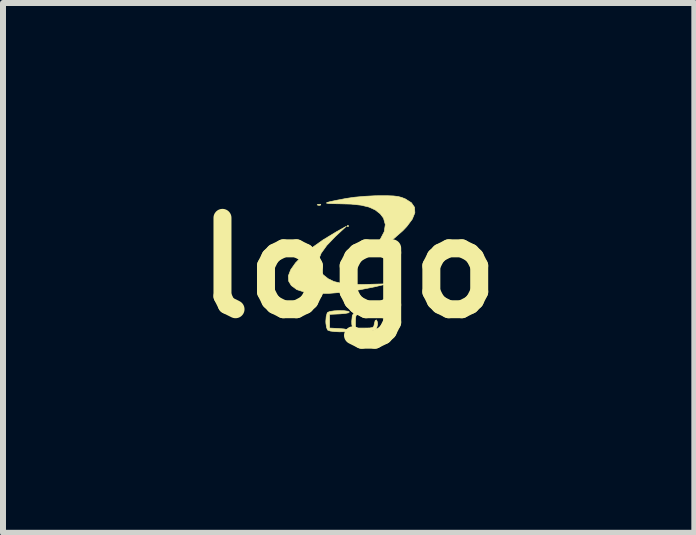
<source format=kicad_pcb>
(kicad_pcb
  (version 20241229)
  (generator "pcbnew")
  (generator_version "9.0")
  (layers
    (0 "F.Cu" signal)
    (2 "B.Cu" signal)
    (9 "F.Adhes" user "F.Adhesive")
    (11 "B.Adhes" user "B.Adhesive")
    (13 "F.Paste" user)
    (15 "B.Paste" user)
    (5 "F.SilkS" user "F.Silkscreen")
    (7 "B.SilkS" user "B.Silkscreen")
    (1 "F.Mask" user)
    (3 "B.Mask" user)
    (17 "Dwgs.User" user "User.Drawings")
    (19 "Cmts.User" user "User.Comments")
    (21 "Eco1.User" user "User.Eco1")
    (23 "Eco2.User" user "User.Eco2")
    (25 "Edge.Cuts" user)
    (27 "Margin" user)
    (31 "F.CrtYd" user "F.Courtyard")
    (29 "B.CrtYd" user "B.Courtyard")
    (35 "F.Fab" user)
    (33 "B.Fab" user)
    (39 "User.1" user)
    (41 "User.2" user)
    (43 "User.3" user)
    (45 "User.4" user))
  (footprint "logo"
    (layer "F.Cu")
    (at 2.765 1.418)
    (property "Reference" "logo" (at 0 0 0) (layer "F.SilkS") (effects (font (size 1.524 1.524) (thickness 0.3))))
    (attr through_hole)
    (fp_poly (pts (xy 0 -0.699) (xy -0.013 -0.686) (xy -0.025 -0.699) (xy -0.013 -0.711) (xy 0 -0.699)) (stroke (width 0.01) (type solid)) (fill yes) (layer "F.SilkS"))
    (fp_poly (pts (xy -0.464 -1.057) (xy -0.472 -1.045) (xy -0.497 -1.043) (xy -0.525 -1.05) (xy -0.513 -1.059) (xy -0.473 -1.062) (xy -0.464 -1.057)) (stroke (width 0.01) (type solid)) (fill yes) (layer "F.SilkS"))
    (fp_poly (pts (xy -0.074 0.714) (xy -0.012 0.723) (xy 0.012 0.735) (xy -0.003 0.749) (xy -0.06 0.76) (xy -0.145 0.767) (xy -0.318 0.775) (xy -0.318 1.003) (xy -0.159 1.011) (xy -0.076 1.018) (xy -0.019 1.03) (xy 0 1.043) (xy -0.023 1.057) (xy -0.08 1.065) (xy -0.157 1.066) (xy -0.237 1.062) (xy -0.306 1.053) (xy -0.348 1.038) (xy -0.351 1.036) (xy -0.369 0.994) (xy -0.38 0.922) (xy -0.381 0.889) (xy -0.375 0.812) (xy -0.359 0.755) (xy -0.351 0.742) (xy -0.311 0.726) (xy -0.24 0.716) (xy -0.156 0.712) (xy -0.074 0.714)) (stroke (width 0.01) (type solid)) (fill yes) (layer "F.SilkS"))
    (fp_poly (pts (xy -0.224 -0.522) (xy -0.364 -0.376) (xy -0.458 -0.246) (xy -0.505 -0.13) (xy -0.505 -0.024) (xy -0.461 0.071) (xy -0.424 0.115) (xy -0.343 0.18) (xy -0.247 0.227) (xy -0.125 0.257) (xy 0.027 0.274) (xy 0.22 0.277) (xy 0.302 0.275) (xy 0.648 0.265) (xy 0.457 0.31) (xy 0.181 0.366) (xy -0.084 0.405) (xy -0.331 0.425) (xy -0.549 0.425) (xy -0.731 0.405) (xy -0.737 0.404) (xy -0.865 0.362) (xy -0.957 0.294) (xy -1.001 0.221) (xy -1.006 0.133) (xy -0.967 0.031) (xy -0.886 -0.084) (xy -0.767 -0.207) (xy -0.612 -0.336) (xy -0.426 -0.468) (xy -0.21 -0.599) (xy -0.191 -0.61) (xy -0.038 -0.695) (xy -0.224 -0.522)) (stroke (width 0.01) (type solid)) (fill yes) (layer "F.SilkS"))
    (fp_poly (pts (xy 0.267 0.72) (xy 0.276 0.738) (xy 0.245 0.758) (xy 0.197 0.767) (xy 0.146 0.775) (xy 0.122 0.796) (xy 0.115 0.845) (xy 0.114 0.889) (xy 0.114 1.003) (xy 0.267 1.003) (xy 0.351 1.002) (xy 0.398 0.994) (xy 0.419 0.975) (xy 0.427 0.938) (xy 0.427 0.933) (xy 0.443 0.877) (xy 0.464 0.867) (xy 0.48 0.904) (xy 0.483 0.939) (xy 0.465 1.011) (xy 0.433 1.041) (xy 0.37 1.058) (xy 0.281 1.065) (xy 0.188 1.062) (xy 0.114 1.047) (xy 0.095 1.039) (xy 0.066 1.005) (xy 0.052 0.939) (xy 0.051 0.889) (xy 0.061 0.793) (xy 0.098 0.738) (xy 0.168 0.714) (xy 0.214 0.711) (xy 0.267 0.72)) (stroke (width 0.01) (type solid)) (fill yes) (layer "F.SilkS"))
    (fp_poly (pts (xy 0.648 -1.204) (xy 0.749 -1.2) (xy 0.824 -1.191) (xy 0.884 -1.175) (xy 0.943 -1.152) (xy 0.946 -1.15) (xy 1.046 -1.087) (xy 1.099 -1.01) (xy 1.104 -0.919) (xy 1.061 -0.813) (xy 0.97 -0.691) (xy 0.904 -0.621) (xy 0.729 -0.468) (xy 0.511 -0.314) (xy 0.267 -0.167) (xy 0.14 -0.096) (xy 0.241 -0.18) (xy 0.408 -0.333) (xy 0.525 -0.474) (xy 0.593 -0.604) (xy 0.611 -0.723) (xy 0.581 -0.83) (xy 0.526 -0.902) (xy 0.443 -0.967) (xy 0.34 -1.014) (xy 0.208 -1.046) (xy 0.04 -1.064) (xy -0.138 -1.069) (xy -0.258 -1.071) (xy -0.336 -1.074) (xy -0.371 -1.081) (xy -0.361 -1.091) (xy -0.305 -1.106) (xy -0.201 -1.128) (xy -0.049 -1.157) (xy -0.038 -1.159) (xy 0.099 -1.179) (xy 0.265 -1.194) (xy 0.438 -1.203) (xy 0.508 -1.204) (xy 0.648 -1.204)) (stroke (width 0.01) (type solid)) (fill yes) (layer "F.SilkS")))
  (gr_rect
    (start -3 -3)
    (end 8.53 5.836)
    (stroke (width 0.1) (type default))
    (fill no)
    (layer "Edge.Cuts")))
</source>
